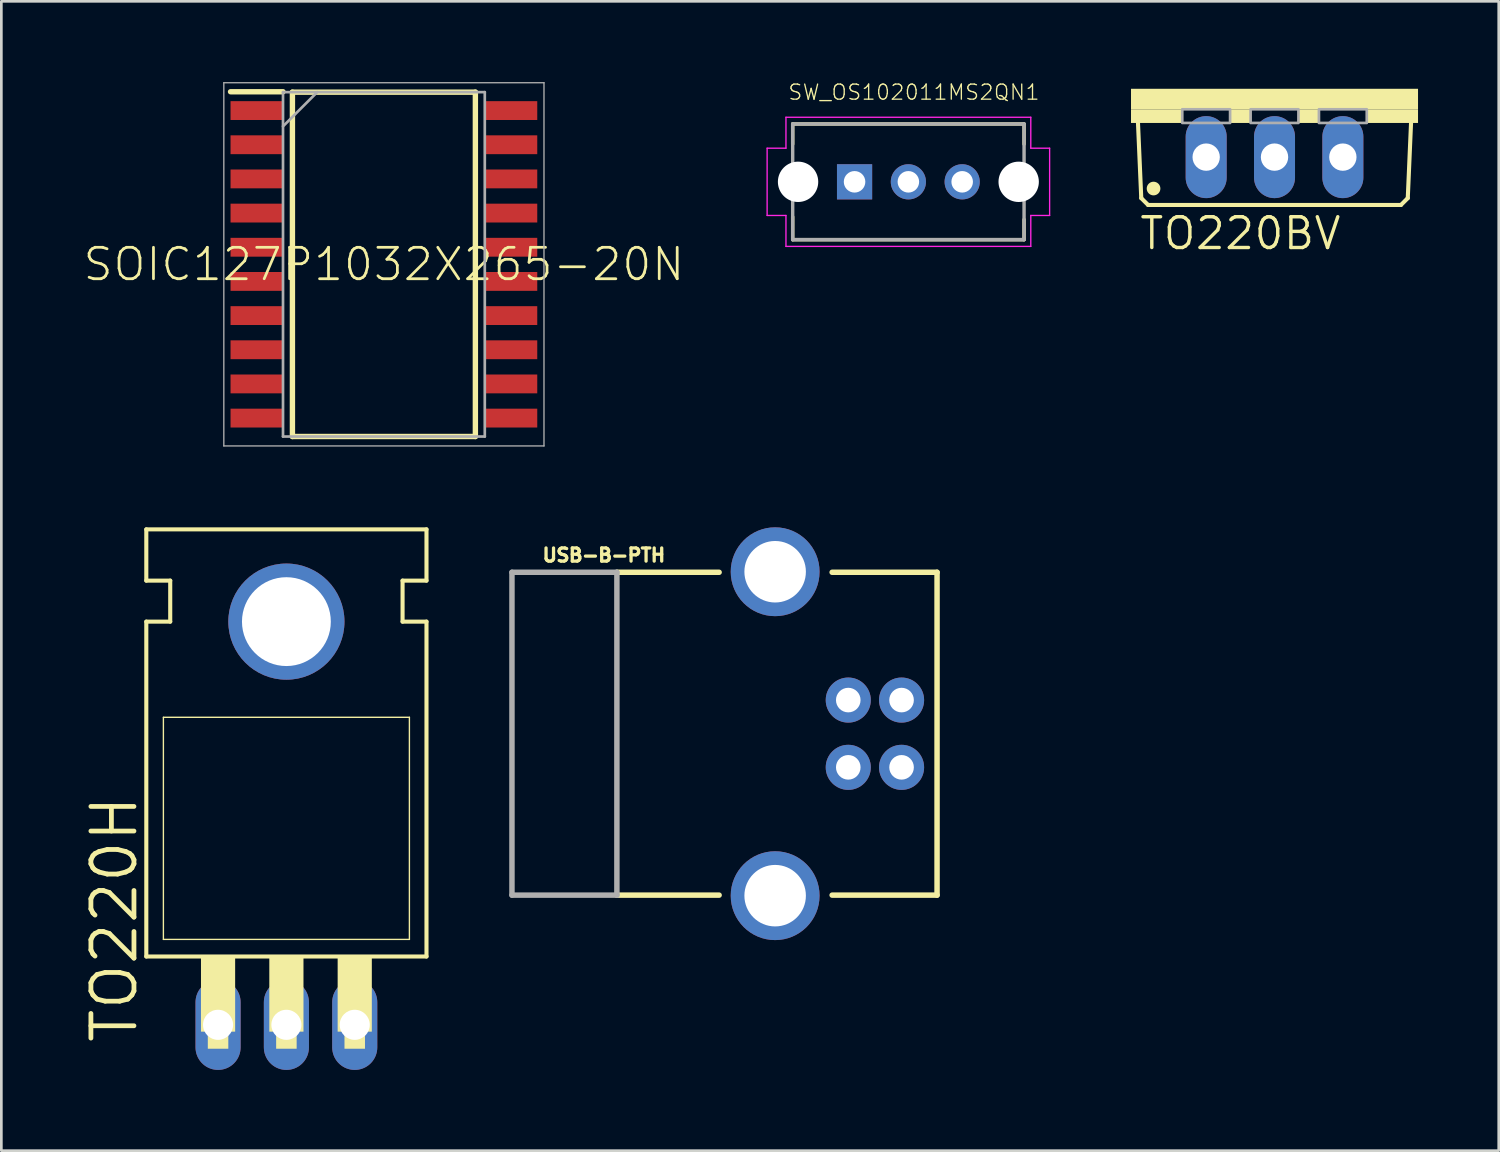
<source format=kicad_pcb>
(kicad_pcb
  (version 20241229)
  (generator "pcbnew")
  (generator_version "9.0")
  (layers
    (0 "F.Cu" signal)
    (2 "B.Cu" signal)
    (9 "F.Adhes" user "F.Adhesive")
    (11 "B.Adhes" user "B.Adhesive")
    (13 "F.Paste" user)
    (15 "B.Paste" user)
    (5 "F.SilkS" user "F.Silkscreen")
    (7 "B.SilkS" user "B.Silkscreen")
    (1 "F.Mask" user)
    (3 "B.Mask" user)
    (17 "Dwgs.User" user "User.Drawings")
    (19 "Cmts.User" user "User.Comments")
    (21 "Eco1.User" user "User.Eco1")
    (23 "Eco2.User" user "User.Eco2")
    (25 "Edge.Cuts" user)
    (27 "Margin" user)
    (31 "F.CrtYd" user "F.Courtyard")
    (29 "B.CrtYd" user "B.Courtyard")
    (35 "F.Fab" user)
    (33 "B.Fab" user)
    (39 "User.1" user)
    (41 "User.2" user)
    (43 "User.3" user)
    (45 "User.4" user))
  (footprint "SW_OS102011MS2QN1"
    (layer "F.Cu")
    (at 30.713 3.708)
    (property "Reference" "SW_OS102011MS2QN1" (at -4.501 -3.001 0) (layer "F.SilkS") (effects (font (size 0.561 0.561) (thickness 0.049)) (justify left bottom)))
    (fp_line (start -4.3 -2.15) (end -4.3 -1.4) (stroke (width 0.127) (type solid)) (layer "F.SilkS"))
    (fp_line (start -4.3 1.3) (end -4.3 2.15) (stroke (width 0.127) (type solid)) (layer "F.SilkS"))
    (fp_line (start -4.3 2.15) (end 4.3 2.15) (stroke (width 0.127) (type solid)) (layer "F.SilkS"))
    (fp_line (start 4.3 -2.15) (end -4.3 -2.15) (stroke (width 0.127) (type solid)) (layer "F.SilkS"))
    (fp_line (start 4.3 -1.4) (end 4.3 -2.15) (stroke (width 0.127) (type solid)) (layer "F.SilkS"))
    (fp_line (start 4.3 2.15) (end 4.3 1.4) (stroke (width 0.127) (type solid)) (layer "F.SilkS"))
    (fp_line (start -5.25 -1.25) (end -4.55 -1.25) (stroke (width 0.05) (type solid)) (layer "F.CrtYd"))
    (fp_line (start -5.25 1.25) (end -5.25 -1.25) (stroke (width 0.05) (type solid)) (layer "F.CrtYd"))
    (fp_line (start -4.55 -2.4) (end 4.55 -2.4) (stroke (width 0.05) (type solid)) (layer "F.CrtYd"))
    (fp_line (start -4.55 -1.25) (end -4.55 -2.4) (stroke (width 0.05) (type solid)) (layer "F.CrtYd"))
    (fp_line (start -4.55 1.25) (end -5.25 1.25) (stroke (width 0.05) (type solid)) (layer "F.CrtYd"))
    (fp_line (start -4.55 2.4) (end -4.55 1.25) (stroke (width 0.05) (type solid)) (layer "F.CrtYd"))
    (fp_line (start 4.55 -2.4) (end 4.55 -1.25) (stroke (width 0.05) (type solid)) (layer "F.CrtYd"))
    (fp_line (start 4.55 -1.25) (end 5.25 -1.25) (stroke (width 0.05) (type solid)) (layer "F.CrtYd"))
    (fp_line (start 4.55 1.25) (end 4.55 2.4) (stroke (width 0.05) (type solid)) (layer "F.CrtYd"))
    (fp_line (start 4.55 2.4) (end -4.55 2.4) (stroke (width 0.05) (type solid)) (layer "F.CrtYd"))
    (fp_line (start 5.25 -1.25) (end 5.25 1.25) (stroke (width 0.05) (type solid)) (layer "F.CrtYd"))
    (fp_line (start 5.25 1.25) (end 4.55 1.25) (stroke (width 0.05) (type solid)) (layer "F.CrtYd"))
    (fp_line (start -4.3 -2.15) (end 4.3 -2.15) (stroke (width 0.127) (type solid)) (layer "F.Fab"))
    (fp_line (start -4.3 2.15) (end -4.3 -2.15) (stroke (width 0.127) (type solid)) (layer "F.Fab"))
    (fp_line (start 4.3 -2.15) (end 4.3 2.15) (stroke (width 0.127) (type solid)) (layer "F.Fab"))
    (fp_line (start 4.3 2.15) (end -4.3 2.15) (stroke (width 0.127) (type solid)) (layer "F.Fab"))
    (pad "" np_thru_hole circle (at -4.1 0) (size 1.5 1.5) (drill 1.5) (layers "*.Cu" "*.Mask"))
    (pad "" np_thru_hole circle (at 4.1 0) (size 1.5 1.5) (drill 1.5) (layers "*.Cu" "*.Mask"))
    (pad "1" thru_hole rect (at -2 0) (size 1.308 1.308) (drill 0.8) (layers "*.Cu" "*.Mask"))
    (pad "2" thru_hole circle (at 0 0) (size 1.308 1.308) (drill 0.8) (layers "*.Cu" "*.Mask"))
    (pad "3" thru_hole circle (at 2 0) (size 1.308 1.308) (drill 0.8) (layers "*.Cu" "*.Mask")))
  (footprint "TO220H"
    (layer "F.Cu")
    (at 7.595 24.881)
    (property "Reference" "TO220H" (at -5.461 10.922 90) (layer "F.SilkS") (effects (font (size 1.6 1.6) (thickness 0.178)) (justify left bottom)))
    (fp_line (start -5.207 -6.35) (end -5.207 -8.255) (stroke (width 0.152) (type solid)) (layer "F.SilkS"))
    (fp_line (start -5.207 -4.826) (end -4.318 -4.826) (stroke (width 0.152) (type solid)) (layer "F.SilkS"))
    (fp_line (start -5.207 7.62) (end -5.207 -4.826) (stroke (width 0.152) (type solid)) (layer "F.SilkS"))
    (fp_line (start -5.207 7.62) (end 5.207 7.62) (stroke (width 0.152) (type solid)) (layer "F.SilkS"))
    (fp_line (start -4.572 6.985) (end -4.572 -1.27) (stroke (width 0.051) (type solid)) (layer "F.SilkS"))
    (fp_line (start -4.572 6.985) (end 4.572 6.985) (stroke (width 0.051) (type solid)) (layer "F.SilkS"))
    (fp_line (start -4.318 -6.35) (end -5.207 -6.35) (stroke (width 0.152) (type solid)) (layer "F.SilkS"))
    (fp_line (start -4.318 -4.826) (end -4.318 -6.35) (stroke (width 0.152) (type solid)) (layer "F.SilkS"))
    (fp_line (start 4.318 -6.35) (end 5.207 -6.35) (stroke (width 0.152) (type solid)) (layer "F.SilkS"))
    (fp_line (start 4.318 -4.826) (end 4.318 -6.35) (stroke (width 0.152) (type solid)) (layer "F.SilkS"))
    (fp_line (start 4.572 -1.27) (end -4.572 -1.27) (stroke (width 0.051) (type solid)) (layer "F.SilkS"))
    (fp_line (start 4.572 -1.27) (end 4.572 6.985) (stroke (width 0.051) (type solid)) (layer "F.SilkS"))
    (fp_line (start 5.207 -8.255) (end -5.207 -8.255) (stroke (width 0.152) (type solid)) (layer "F.SilkS"))
    (fp_line (start 5.207 -6.35) (end 5.207 -8.255) (stroke (width 0.152) (type solid)) (layer "F.SilkS"))
    (fp_line (start 5.207 -4.826) (end 4.318 -4.826) (stroke (width 0.152) (type solid)) (layer "F.SilkS"))
    (fp_line (start 5.207 7.62) (end 5.207 -4.826) (stroke (width 0.152) (type solid)) (layer "F.SilkS"))
    (fp_poly (pts (xy -3.175 10.414) (xy -1.905 10.414) (xy -1.905 7.62) (xy -3.175 7.62)) (stroke (width 0) (type solid)) (fill yes) (layer "F.SilkS"))
    (fp_poly (pts (xy -2.921 11.049) (xy -2.159 11.049) (xy -2.159 10.414) (xy -2.921 10.414)) (stroke (width 0) (type solid)) (fill yes) (layer "F.SilkS"))
    (fp_poly (pts (xy -0.635 10.414) (xy 0.635 10.414) (xy 0.635 7.62) (xy -0.635 7.62)) (stroke (width 0) (type solid)) (fill yes) (layer "F.SilkS"))
    (fp_poly (pts (xy -0.381 11.049) (xy 0.381 11.049) (xy 0.381 10.414) (xy -0.381 10.414)) (stroke (width 0) (type solid)) (fill yes) (layer "F.SilkS"))
    (fp_poly (pts (xy 1.905 10.414) (xy 3.175 10.414) (xy 3.175 7.62) (xy 1.905 7.62)) (stroke (width 0) (type solid)) (fill yes) (layer "F.SilkS"))
    (fp_poly (pts (xy 2.159 11.049) (xy 2.921 11.049) (xy 2.921 10.414) (xy 2.159 10.414)) (stroke (width 0) (type solid)) (fill yes) (layer "F.SilkS"))
    (pad "1" thru_hole oval (at -2.54 10.16 90) (size 3.353 1.676) (drill 1.118) (layers "*.Cu" "*.Mask"))
    (pad "2" thru_hole oval (at 0 10.16 90) (size 3.353 1.676) (drill 1.118) (layers "*.Cu" "*.Mask"))
    (pad "3" thru_hole oval (at 2.54 10.16 90) (size 3.353 1.676) (drill 1.118) (layers "*.Cu" "*.Mask"))
    (pad "TAB" thru_hole circle (at 0 -4.826) (size 4.318 4.318) (drill 3.302) (layers "*.Cu" "*.Mask")))
  (footprint "TO220BV"
    (layer "F.Cu")
    (at 44.322 0.25)
    (property "Reference" "TO220BV" (at -5.08 6.045 0) (layer "F.SilkS") (effects (font (size 1.143 1.143) (thickness 0.127)) (justify left bottom)))
    (fp_line (start -4.953 4.064) (end -5.08 1.143) (stroke (width 0.152) (type solid)) (layer "F.SilkS"))
    (fp_line (start -4.953 4.064) (end -4.699 4.318) (stroke (width 0.152) (type solid)) (layer "F.SilkS"))
    (fp_line (start 4.699 4.318) (end -4.699 4.318) (stroke (width 0.152) (type solid)) (layer "F.SilkS"))
    (fp_line (start 4.699 4.318) (end 4.953 4.064) (stroke (width 0.152) (type solid)) (layer "F.SilkS"))
    (fp_line (start 5.08 1.143) (end 4.953 4.064) (stroke (width 0.152) (type solid)) (layer "F.SilkS"))
    (fp_circle (center -4.496 3.708) (end -4.369 3.708) (stroke (width 0.254) (type solid)) (fill yes) (layer "F.SilkS"))
    (fp_poly (pts (xy -5.334 0.762) (xy 5.334 0.762) (xy 5.334 0) (xy -5.334 0)) (stroke (width 0) (type solid)) (fill yes) (layer "F.SilkS"))
    (fp_poly (pts (xy -5.334 1.27) (xy -3.429 1.27) (xy -3.429 0.762) (xy -5.334 0.762)) (stroke (width 0) (type solid)) (fill yes) (layer "F.SilkS"))
    (fp_poly (pts (xy -1.651 1.27) (xy -0.889 1.27) (xy -0.889 0.762) (xy -1.651 0.762)) (stroke (width 0) (type solid)) (fill yes) (layer "F.SilkS"))
    (fp_poly (pts (xy 0.889 1.27) (xy 1.651 1.27) (xy 1.651 0.762) (xy 0.889 0.762)) (stroke (width 0) (type solid)) (fill yes) (layer "F.SilkS"))
    (fp_poly (pts (xy 3.429 1.27) (xy 5.334 1.27) (xy 5.334 0.762) (xy 3.429 0.762)) (stroke (width 0) (type solid)) (fill yes) (layer "F.SilkS"))
    (fp_poly (pts (xy -3.429 1.27) (xy -1.651 1.27) (xy -1.651 0.762) (xy -3.429 0.762)) (stroke (width 0.1) (type solid)) (fill no) (layer "F.Fab"))
    (fp_poly (pts (xy -0.889 1.27) (xy 0.889 1.27) (xy 0.889 0.762) (xy -0.889 0.762)) (stroke (width 0.1) (type solid)) (fill no) (layer "F.Fab"))
    (fp_poly (pts (xy 1.651 1.27) (xy 3.429 1.27) (xy 3.429 0.762) (xy 1.651 0.762)) (stroke (width 0.1) (type solid)) (fill no) (layer "F.Fab"))
    (pad "D" thru_hole oval (at 0 2.54 90) (size 3.048 1.524) (drill 1.016) (layers "*.Cu" "*.Mask"))
    (pad "G" thru_hole oval (at -2.54 2.54 90) (size 3.048 1.524) (drill 1.016) (layers "*.Cu" "*.Mask"))
    (pad "S" thru_hole oval (at 2.54 2.54 90) (size 3.048 1.524) (drill 1.016) (layers "*.Cu" "*.Mask")))
  (footprint "USB-B-PTH"
    (layer "F.Cu")
    (at 24.479 24.221)
    (property "Reference" "USB-B-PTH" (at -7.43 -6.35 0) (layer "F.SilkS") (effects (font (size 0.488 0.488) (thickness 0.122)) (justify left bottom)))
    (fp_line (start -4.6 -6) (end -0.8 -6) (stroke (width 0.203) (type solid)) (layer "F.SilkS"))
    (fp_line (start -4.6 6) (end -0.8 6) (stroke (width 0.203) (type solid)) (layer "F.SilkS"))
    (fp_line (start 3.4 6) (end 7.3 6) (stroke (width 0.203) (type solid)) (layer "F.SilkS"))
    (fp_line (start 7.3 -6) (end 3.4 -6) (stroke (width 0.203) (type solid)) (layer "F.SilkS"))
    (fp_line (start 7.3 6) (end 7.3 -6) (stroke (width 0.203) (type solid)) (layer "F.SilkS"))
    (fp_line (start -8.5 -6) (end -4.6 -6) (stroke (width 0.203) (type solid)) (layer "F.Fab"))
    (fp_line (start -8.5 6) (end -8.5 -6) (stroke (width 0.203) (type solid)) (layer "F.Fab"))
    (fp_line (start -4.6 -6) (end -4.6 6) (stroke (width 0.203) (type solid)) (layer "F.Fab"))
    (fp_line (start -4.6 6) (end -8.5 6) (stroke (width 0.203) (type solid)) (layer "F.Fab"))
    (pad "D+" thru_hole circle (at 4 -1.25 270) (size 1.676 1.676) (drill 0.914) (layers "*.Cu" "*.Mask"))
    (pad "D-" thru_hole circle (at 5.981 -1.25 90) (size 1.676 1.676) (drill 0.914) (layers "*.Cu" "*.Mask"))
    (pad "GND" thru_hole circle (at 4 1.25 270) (size 1.676 1.676) (drill 0.914) (layers "*.Cu" "*.Mask"))
    (pad "SHLD1" thru_hole circle (at 1.282 6.02) (size 3.302 3.302) (drill 2.286) (layers "*.Cu" "*.Mask"))
    (pad "SHLD2" thru_hole circle (at 1.282 -6.02) (size 3.302 3.302) (drill 2.286) (layers "*.Cu" "*.Mask"))
    (pad "VBUS" thru_hole circle (at 5.981 1.25 90) (size 1.676 1.676) (drill 0.914) (layers "*.Cu" "*.Mask")))
  (footprint "SOIC127P1032X265-20N"
    (layer "F.Cu")
    (at 11.219 6.775)
    (property "Reference" "SOIC127P1032X265-20N" (at 0 0 0) (layer "F.SilkS") (effects (font (size 1.168 1.168) (thickness 0.102))))
    (fp_line (start -5.7 -6.415) (end -3.75 -6.415) (stroke (width 0.2) (type solid)) (layer "F.SilkS"))
    (fp_line (start -3.4 -6.4) (end 3.4 -6.4) (stroke (width 0.2) (type solid)) (layer "F.SilkS"))
    (fp_line (start -3.4 6.4) (end -3.4 -6.4) (stroke (width 0.2) (type solid)) (layer "F.SilkS"))
    (fp_line (start 3.4 -6.4) (end 3.4 6.4) (stroke (width 0.2) (type solid)) (layer "F.SilkS"))
    (fp_line (start 3.4 6.4) (end -3.4 6.4) (stroke (width 0.2) (type solid)) (layer "F.SilkS"))
    (fp_line (start -5.95 -6.75) (end 5.95 -6.75) (stroke (width 0.05) (type solid)) (layer "F.Fab"))
    (fp_line (start -5.95 6.75) (end -5.95 -6.75) (stroke (width 0.05) (type solid)) (layer "F.Fab"))
    (fp_line (start -3.75 -6.4) (end 3.75 -6.4) (stroke (width 0.1) (type solid)) (layer "F.Fab"))
    (fp_line (start -3.75 -5.13) (end -2.48 -6.4) (stroke (width 0.1) (type solid)) (layer "F.Fab"))
    (fp_line (start -3.75 6.4) (end -3.75 -6.4) (stroke (width 0.1) (type solid)) (layer "F.Fab"))
    (fp_line (start 3.75 -6.4) (end 3.75 6.4) (stroke (width 0.1) (type solid)) (layer "F.Fab"))
    (fp_line (start 3.75 6.4) (end -3.75 6.4) (stroke (width 0.1) (type solid)) (layer "F.Fab"))
    (fp_line (start 5.95 -6.75) (end 5.95 6.75) (stroke (width 0.05) (type solid)) (layer "F.Fab"))
    (fp_line (start 5.95 6.75) (end -5.95 6.75) (stroke (width 0.05) (type solid)) (layer "F.Fab"))
    (pad "1" smd rect (at -4.725 -5.715) (size 1.95 0.7) (layers "F.Cu" "F.Mask" "F.Paste"))
    (pad "2" smd rect (at -4.725 -4.445) (size 1.95 0.7) (layers "F.Cu" "F.Mask" "F.Paste"))
    (pad "3" smd rect (at -4.725 -3.175) (size 1.95 0.7) (layers "F.Cu" "F.Mask" "F.Paste"))
    (pad "4" smd rect (at -4.725 -1.905) (size 1.95 0.7) (layers "F.Cu" "F.Mask" "F.Paste"))
    (pad "5" smd rect (at -4.725 -0.635) (size 1.95 0.7) (layers "F.Cu" "F.Mask" "F.Paste"))
    (pad "6" smd rect (at -4.725 0.635) (size 1.95 0.7) (layers "F.Cu" "F.Mask" "F.Paste"))
    (pad "7" smd rect (at -4.725 1.905) (size 1.95 0.7) (layers "F.Cu" "F.Mask" "F.Paste"))
    (pad "8" smd rect (at -4.725 3.175) (size 1.95 0.7) (layers "F.Cu" "F.Mask" "F.Paste"))
    (pad "9" smd rect (at -4.725 4.445) (size 1.95 0.7) (layers "F.Cu" "F.Mask" "F.Paste"))
    (pad "10" smd rect (at -4.725 5.715) (size 1.95 0.7) (layers "F.Cu" "F.Mask" "F.Paste"))
    (pad "11" smd rect (at 4.725 5.715) (size 1.95 0.7) (layers "F.Cu" "F.Mask" "F.Paste"))
    (pad "12" smd rect (at 4.725 4.445) (size 1.95 0.7) (layers "F.Cu" "F.Mask" "F.Paste"))
    (pad "13" smd rect (at 4.725 3.175) (size 1.95 0.7) (layers "F.Cu" "F.Mask" "F.Paste"))
    (pad "14" smd rect (at 4.725 1.905) (size 1.95 0.7) (layers "F.Cu" "F.Mask" "F.Paste"))
    (pad "15" smd rect (at 4.725 0.635) (size 1.95 0.7) (layers "F.Cu" "F.Mask" "F.Paste"))
    (pad "16" smd rect (at 4.725 -0.635) (size 1.95 0.7) (layers "F.Cu" "F.Mask" "F.Paste"))
    (pad "17" smd rect (at 4.725 -1.905) (size 1.95 0.7) (layers "F.Cu" "F.Mask" "F.Paste"))
    (pad "18" smd rect (at 4.725 -3.175) (size 1.95 0.7) (layers "F.Cu" "F.Mask" "F.Paste"))
    (pad "19" smd rect (at 4.725 -4.445) (size 1.95 0.7) (layers "F.Cu" "F.Mask" "F.Paste"))
    (pad "20" smd rect (at 4.725 -5.715) (size 1.95 0.7) (layers "F.Cu" "F.Mask" "F.Paste")))
  (gr_rect
    (start -3 -3)
    (end 52.656 39.718)
    (stroke (width 0.1) (type default))
    (fill no)
    (layer "Edge.Cuts")))
</source>
